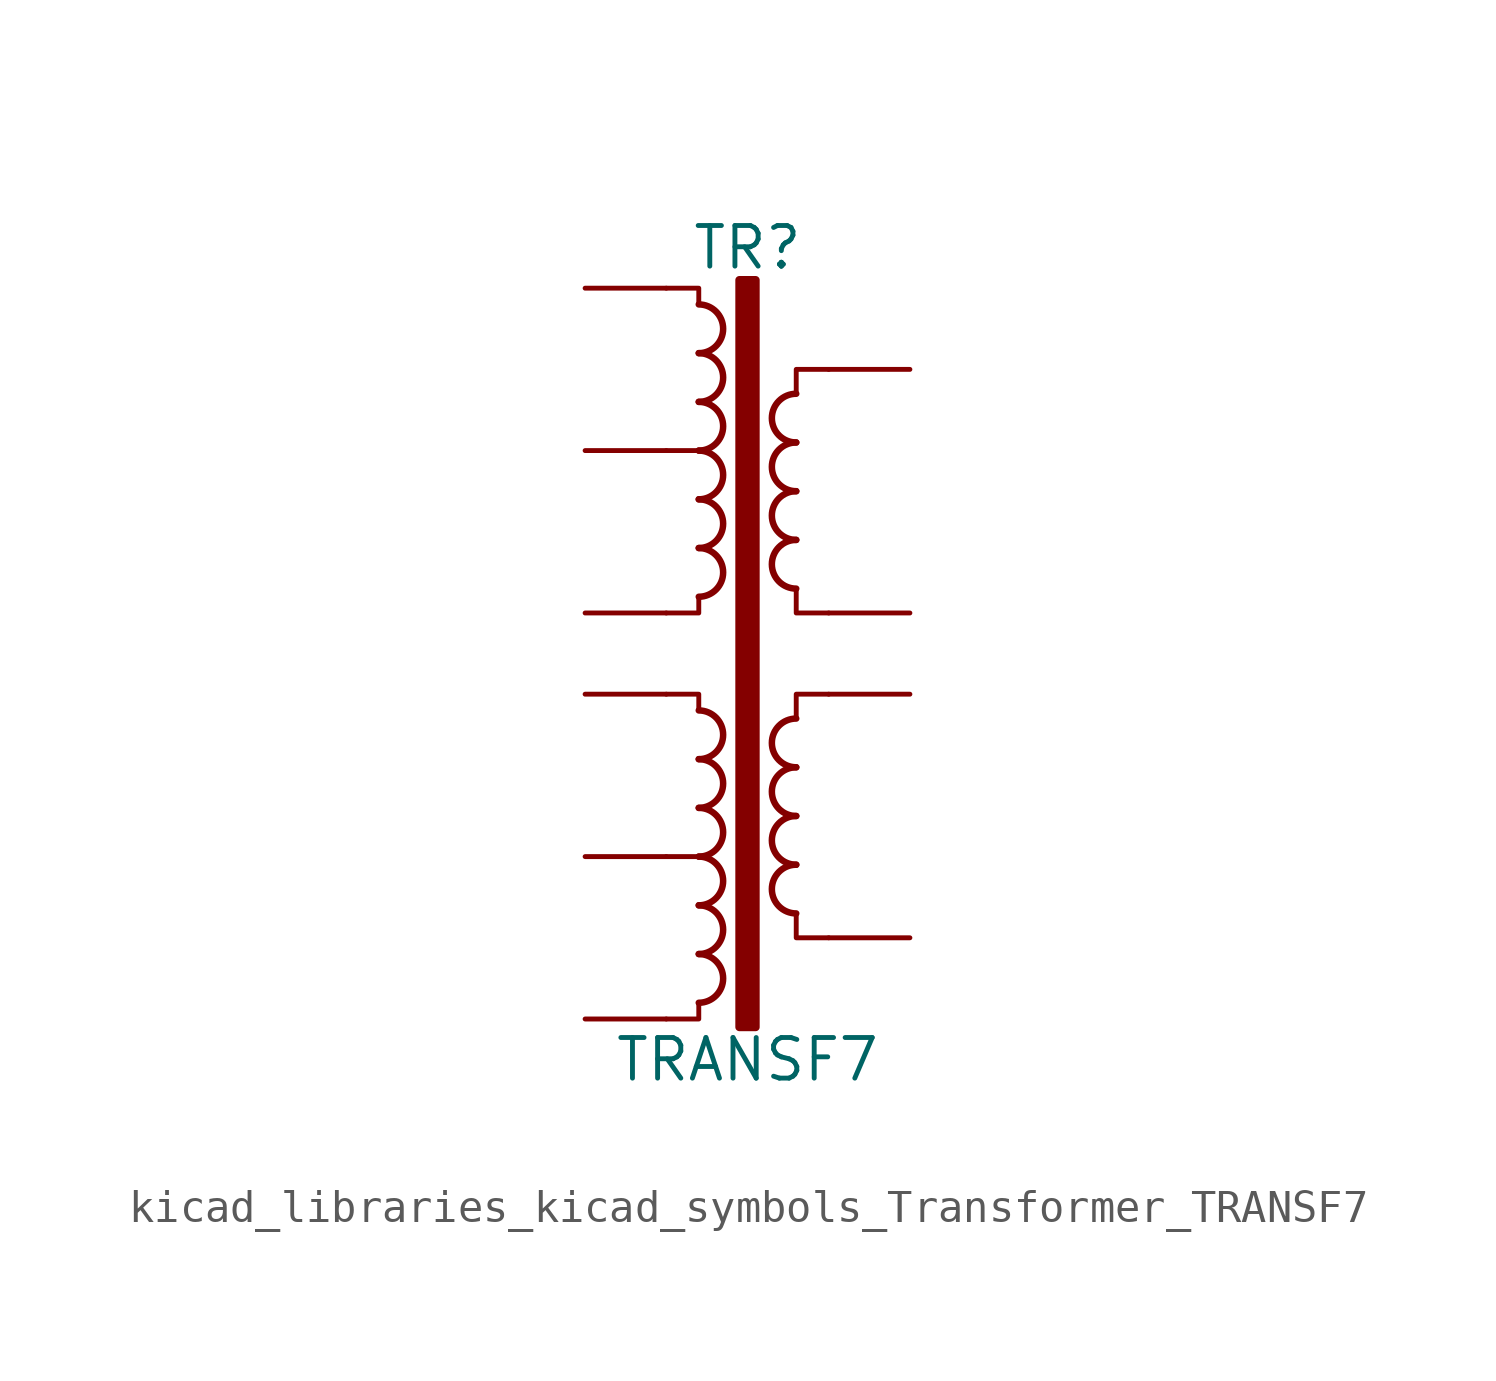
<source format=kicad_sym>
(kicad_symbol_lib
  (version 20220914)
  (generator kicad_symbol_editor)
  (symbol "kicad_libraries_kicad_symbols_Transformer_TRANSF7"
    (pin_numbers hide)
    (pin_names
      (offset 0))
    (property "Reference" "TR"
      (at 0 13.97 0)
      (effects (font (size 1.27 1.27))))
    (property "Value" "TRANSF7"
      (at 0 -11.43 0)
      (effects (font (size 1.27 1.27))))
    (symbol "kicad_libraries_kicad_symbols_Transformer_TRANSF7_0_1"
      (arc (start -1.524 -9.652) (mid -0.7653 -8.89) (end -1.524 -8.128) (stroke (width 0.2032) (type default)) (fill (type none)))
      (arc (start -1.524 -8.128) (mid -0.7653 -7.366) (end -1.524 -6.604) (stroke (width 0.2032) (type default)) (fill (type none)))
      (arc (start -1.524 -6.604) (mid -0.7653 -5.842) (end -1.524 -5.08) (stroke (width 0.2032) (type default)) (fill (type none)))
      (arc (start -1.524 -5.08) (mid -0.7653 -4.318) (end -1.524 -3.556) (stroke (width 0.2032) (type default)) (fill (type none)))
      (arc (start -1.524 -3.556) (mid -0.7653 -2.794) (end -1.524 -2.032) (stroke (width 0.2032) (type default)) (fill (type none)))
      (arc (start -1.524 -2.032) (mid -0.7653 -1.27) (end -1.524 -0.508) (stroke (width 0.2032) (type default)) (fill (type none)))
      (arc (start -1.524 3.048) (mid -0.7653 3.81) (end -1.524 4.572) (stroke (width 0.2032) (type default)) (fill (type none)))
      (arc (start -1.524 4.572) (mid -0.7653 5.334) (end -1.524 6.096) (stroke (width 0.2032) (type default)) (fill (type none)))
      (arc (start -1.524 6.096) (mid -0.7653 6.858) (end -1.524 7.62) (stroke (width 0.2032) (type default)) (fill (type none)))
      (arc (start -1.524 7.62) (mid -0.7653 8.382) (end -1.524 9.144) (stroke (width 0.2032) (type default)) (fill (type none)))
      (arc (start -1.524 9.144) (mid -0.7653 9.906) (end -1.524 10.668) (stroke (width 0.2032) (type default)) (fill (type none)))
      (arc (start -1.524 10.668) (mid -0.7653 11.43) (end -1.524 12.192) (stroke (width 0.2032) (type default)) (fill (type none)))
      (rectangle (start -0.254 12.954) (end 0.254 -10.414) (stroke (width 0.254) (type default)) (fill (type outline)))
      (polyline (pts (xy -1.524 -5.08) (xy -2.54 -5.08) (xy -2.54 -5.08)) (stroke (width 0) (type default)) (fill (type outline)))
      (polyline (pts (xy -1.524 7.62) (xy -2.54 7.62) (xy -2.54 7.62)) (stroke (width 0) (type default)) (fill (type outline)))
      (polyline (pts (xy -1.524 -9.652) (xy -1.524 -10.16) (xy -2.54 -10.16) (xy -2.54 -10.16)) (stroke (width 0) (type default)) (fill (type none)))
      (polyline (pts (xy -1.524 -0.508) (xy -1.524 0) (xy -2.54 0) (xy -2.54 0)) (stroke (width 0) (type default)) (fill (type none)))
      (polyline (pts (xy -1.524 3.048) (xy -1.524 2.54) (xy -2.54 2.54) (xy -2.54 2.54)) (stroke (width 0) (type default)) (fill (type none)))
      (polyline (pts (xy -1.524 12.192) (xy -1.524 12.7) (xy -2.54 12.7) (xy -2.54 12.7)) (stroke (width 0) (type default)) (fill (type none)))
      (polyline (pts (xy 1.524 -0.762) (xy 1.524 0) (xy 2.54 0) (xy 2.54 0)) (stroke (width 0) (type default)) (fill (type none)))
      (polyline (pts (xy 1.524 9.398) (xy 1.524 10.16) (xy 2.54 10.16) (xy 2.54 10.16)) (stroke (width 0) (type default)) (fill (type none)))
      (polyline (pts (xy 1.524 -6.858) (xy 1.524 -7.62) (xy 2.54 -7.62) (xy 2.54 -7.62) (xy 2.54 -7.62) (xy 2.54 -7.62)) (stroke (width 0) (type default)) (fill (type none)))
      (polyline (pts (xy 1.524 3.302) (xy 1.524 2.54) (xy 2.54 2.54) (xy 2.54 2.54) (xy 2.54 2.54) (xy 2.54 2.54)) (stroke (width 0) (type default)) (fill (type none)))
      (arc (start 1.524 -5.334) (mid 0.7653 -6.096) (end 1.524 -6.858) (stroke (width 0.2032) (type default)) (fill (type none)))
      (arc (start 1.524 -3.81) (mid 0.7653 -4.572) (end 1.524 -5.334) (stroke (width 0.2032) (type default)) (fill (type none)))
      (arc (start 1.524 -2.286) (mid 0.7653 -3.048) (end 1.524 -3.81) (stroke (width 0.2032) (type default)) (fill (type none)))
      (arc (start 1.524 -0.762) (mid 0.7653 -1.524) (end 1.524 -2.286) (stroke (width 0.2032) (type default)) (fill (type none)))
      (arc (start 1.524 4.826) (mid 0.7653 4.064) (end 1.524 3.302) (stroke (width 0.2032) (type default)) (fill (type none)))
      (arc (start 1.524 6.35) (mid 0.7653 5.588) (end 1.524 4.826) (stroke (width 0.2032) (type default)) (fill (type none)))
      (arc (start 1.524 7.874) (mid 0.7653 7.112) (end 1.524 6.35) (stroke (width 0.2032) (type default)) (fill (type none)))
      (arc (start 1.524 9.398) (mid 0.7653 8.636) (end 1.524 7.874) (stroke (width 0.2032) (type default)) (fill (type none))))
    (symbol "kicad_libraries_kicad_symbols_Transformer_TRANSF7_1_1"
      (pin passive line (at 5.08 10.16 180) (length 2.54) (name "~" (effects (font (size 1.27 1.27)))) (number "1" (effects (font (size 1.27 1.27)))))
      (pin passive line (at -5.08 12.7 0) (length 2.54) (name "~" (effects (font (size 1.27 1.27)))) (number "10" (effects (font (size 1.27 1.27)))))
      (pin passive line (at 5.08 2.54 180) (length 2.54) (name "~" (effects (font (size 1.27 1.27)))) (number "2" (effects (font (size 1.27 1.27)))))
      (pin passive line (at 5.08 0 180) (length 2.54) (name "~" (effects (font (size 1.27 1.27)))) (number "3" (effects (font (size 1.27 1.27)))))
      (pin passive line (at 5.08 -7.62 180) (length 2.54) (name "~" (effects (font (size 1.27 1.27)))) (number "4" (effects (font (size 1.27 1.27)))))
      (pin passive line (at -5.08 -10.16 0) (length 2.54) (name "~" (effects (font (size 1.27 1.27)))) (number "5" (effects (font (size 1.27 1.27)))))
      (pin passive line (at -5.08 -5.08 0) (length 2.54) (name "~" (effects (font (size 1.27 1.27)))) (number "6" (effects (font (size 1.27 1.27)))))
      (pin passive line (at -5.08 0 0) (length 2.54) (name "~" (effects (font (size 1.27 1.27)))) (number "7" (effects (font (size 1.27 1.27)))))
      (pin passive line (at -5.08 2.54 0) (length 2.54) (name "~" (effects (font (size 1.27 1.27)))) (number "8" (effects (font (size 1.27 1.27)))))
      (pin passive line (at -5.08 7.62 0) (length 2.54) (name "~" (effects (font (size 1.27 1.27)))) (number "9" (effects (font (size 1.27 1.27))))))))
</source>
